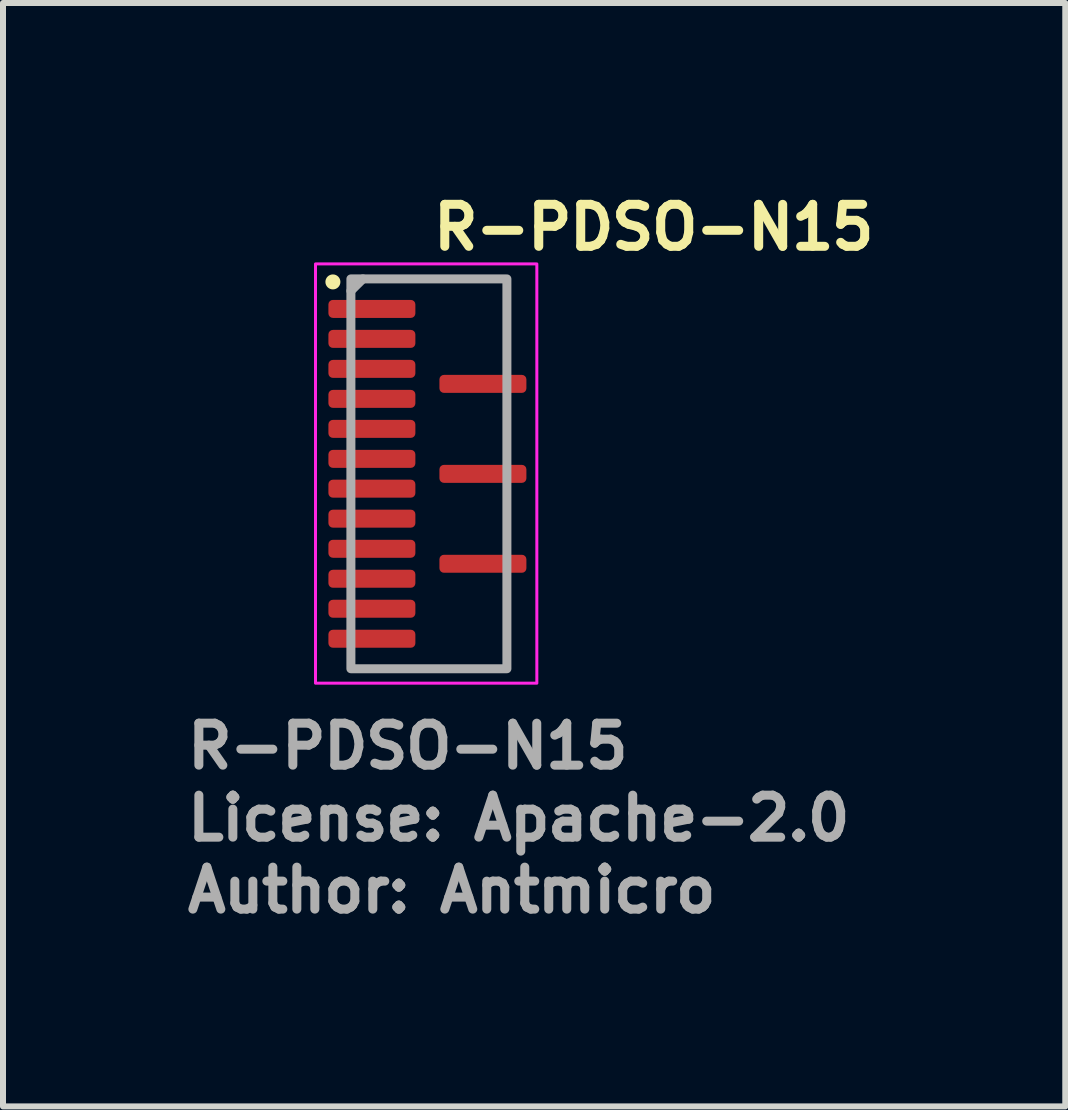
<source format=kicad_pcb>
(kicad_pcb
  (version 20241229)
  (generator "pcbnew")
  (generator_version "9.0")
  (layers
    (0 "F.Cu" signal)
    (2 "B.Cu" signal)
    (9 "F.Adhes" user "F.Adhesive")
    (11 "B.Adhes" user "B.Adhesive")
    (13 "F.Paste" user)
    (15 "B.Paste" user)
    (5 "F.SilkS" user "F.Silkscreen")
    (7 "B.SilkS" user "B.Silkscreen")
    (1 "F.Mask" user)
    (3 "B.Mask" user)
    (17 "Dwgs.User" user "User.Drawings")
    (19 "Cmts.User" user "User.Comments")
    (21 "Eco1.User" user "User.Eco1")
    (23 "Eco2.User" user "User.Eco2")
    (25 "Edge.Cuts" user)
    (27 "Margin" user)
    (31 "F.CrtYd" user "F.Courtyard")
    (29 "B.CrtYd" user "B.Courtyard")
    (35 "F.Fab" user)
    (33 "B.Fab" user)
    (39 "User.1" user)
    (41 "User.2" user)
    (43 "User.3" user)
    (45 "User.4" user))
  (footprint "R-PDSO-N15"
    (layer "F.Cu")
    (at 4.1 4.85)
    (property "Reference" "R-PDSO-N15" (at 0 -3.7 0) (layer "F.SilkS") (effects (font (size 0.7 0.7) (thickness 0.15)) (justify left bottom)))
    (attr smd)
    (fp_circle (center -1.6 -3.2) (end -1.6 -3.15) (stroke (width 0.15) (type solid)) (fill yes) (layer "F.SilkS"))
    (fp_rect (start 1.8 -3.5) (end -1.89 3.49) (stroke (width 0.05) (type solid)) (fill no) (layer "F.CrtYd"))
    (fp_line (start -1.3 -3.051) (end -1.1 -3.25) (stroke (width 0.15) (type solid)) (layer "F.Fab"))
    (fp_rect (start 1.301 -3.25) (end -1.3 3.249) (stroke (width 0.15) (type solid)) (fill no) (layer "F.Fab"))
    (fp_rect (start 1.301 -3.25) (end -1.3 3.249) (stroke (width 0.1) (type solid)) (fill no) (layer "User.5"))
    (fp_rect (start 1.301 -3.25) (end -1.3 3.249) (stroke (width 0.1) (type solid)) (fill no) (layer "User.5"))
    (fp_line (start -1.3 -2.9) (end -1.28 -2.9) (stroke (width 0.02) (type solid)) (layer "User.9"))
    (fp_line (start -1.3 -2.601) (end -1.3 -2.9) (stroke (width 0.02) (type solid)) (layer "User.9"))
    (fp_line (start -1.3 -2.4) (end -1.3 -2.101) (stroke (width 0.02) (type solid)) (layer "User.9"))
    (fp_line (start -1.3 -2.101) (end -1.28 -2.101) (stroke (width 0.02) (type solid)) (layer "User.9"))
    (fp_line (start -1.3 -1.901) (end -1.3 -1.601) (stroke (width 0.02) (type solid)) (layer "User.9"))
    (fp_line (start -1.3 -1.601) (end -1.28 -1.601) (stroke (width 0.02) (type solid)) (layer "User.9"))
    (fp_line (start -1.3 -1.401) (end -1.3 -1.101) (stroke (width 0.02) (type solid)) (layer "User.9"))
    (fp_line (start -1.3 -1.101) (end -1.28 -1.101) (stroke (width 0.02) (type solid)) (layer "User.9"))
    (fp_line (start -1.3 -0.903) (end -1.3 -0.601) (stroke (width 0.02) (type solid)) (layer "User.9"))
    (fp_line (start -1.3 -0.601) (end -1.28 -0.601) (stroke (width 0.02) (type solid)) (layer "User.9"))
    (fp_line (start -1.3 -0.403) (end -1.3 -0.103) (stroke (width 0.02) (type solid)) (layer "User.9"))
    (fp_line (start -1.3 -0.103) (end -1.28 -0.103) (stroke (width 0.02) (type solid)) (layer "User.9"))
    (fp_line (start -1.3 0.099) (end -1.3 0.399) (stroke (width 0.02) (type solid)) (layer "User.9"))
    (fp_line (start -1.3 0.399) (end -1.28 0.399) (stroke (width 0.02) (type solid)) (layer "User.9"))
    (fp_line (start -1.3 0.598) (end -1.3 0.9) (stroke (width 0.02) (type solid)) (layer "User.9"))
    (fp_line (start -1.3 0.9) (end -1.28 0.9) (stroke (width 0.02) (type solid)) (layer "User.9"))
    (fp_line (start -1.3 1.1) (end -1.3 1.398) (stroke (width 0.02) (type solid)) (layer "User.9"))
    (fp_line (start -1.3 1.398) (end -1.28 1.398) (stroke (width 0.02) (type solid)) (layer "User.9"))
    (fp_line (start -1.3 1.6) (end -1.3 1.898) (stroke (width 0.02) (type solid)) (layer "User.9"))
    (fp_line (start -1.3 1.898) (end -1.28 1.898) (stroke (width 0.02) (type solid)) (layer "User.9"))
    (fp_line (start -1.3 2.1) (end -1.3 2.398) (stroke (width 0.02) (type solid)) (layer "User.9"))
    (fp_line (start -1.3 2.398) (end -1.28 2.398) (stroke (width 0.02) (type solid)) (layer "User.9"))
    (fp_line (start -1.3 2.6) (end -1.3 2.898) (stroke (width 0.02) (type solid)) (layer "User.9"))
    (fp_line (start -1.3 2.898) (end -1.28 2.898) (stroke (width 0.02) (type solid)) (layer "User.9"))
    (fp_line (start -1.28 -3.25) (end 1.281 -3.25) (stroke (width 0.02) (type solid)) (layer "User.9"))
    (fp_line (start -1.28 -2.601) (end -1.3 -2.601) (stroke (width 0.02) (type solid)) (layer "User.9"))
    (fp_line (start -1.28 -2.4) (end -1.3 -2.4) (stroke (width 0.02) (type solid)) (layer "User.9"))
    (fp_line (start -1.28 -1.901) (end -1.3 -1.901) (stroke (width 0.02) (type solid)) (layer "User.9"))
    (fp_line (start -1.28 -1.401) (end -1.3 -1.401) (stroke (width 0.02) (type solid)) (layer "User.9"))
    (fp_line (start -1.28 -0.903) (end -1.3 -0.903) (stroke (width 0.02) (type solid)) (layer "User.9"))
    (fp_line (start -1.28 -0.403) (end -1.3 -0.403) (stroke (width 0.02) (type solid)) (layer "User.9"))
    (fp_line (start -1.28 0.099) (end -1.3 0.099) (stroke (width 0.02) (type solid)) (layer "User.9"))
    (fp_line (start -1.28 0.598) (end -1.3 0.598) (stroke (width 0.02) (type solid)) (layer "User.9"))
    (fp_line (start -1.28 1.1) (end -1.3 1.1) (stroke (width 0.02) (type solid)) (layer "User.9"))
    (fp_line (start -1.28 1.6) (end -1.3 1.6) (stroke (width 0.02) (type solid)) (layer "User.9"))
    (fp_line (start -1.28 2.1) (end -1.3 2.1) (stroke (width 0.02) (type solid)) (layer "User.9"))
    (fp_line (start -1.28 2.6) (end -1.3 2.6) (stroke (width 0.02) (type solid)) (layer "User.9"))
    (fp_line (start -1.28 3.249) (end -1.28 -3.25) (stroke (width 0.02) (type solid)) (layer "User.9"))
    (fp_line (start -0.998 -2.75) (end -0.997 -2.763) (stroke (width 0.02) (type solid)) (layer "User.9"))
    (fp_line (start -0.997 -2.763) (end -0.996 -2.778) (stroke (width 0.02) (type solid)) (layer "User.9"))
    (fp_line (start -0.997 -2.738) (end -0.998 -2.75) (stroke (width 0.02) (type solid)) (layer "User.9"))
    (fp_line (start -0.996 -2.778) (end -0.994 -2.79) (stroke (width 0.02) (type solid)) (layer "User.9"))
    (fp_line (start -0.996 -2.726) (end -0.997 -2.738) (stroke (width 0.02) (type solid)) (layer "User.9"))
    (fp_line (start -0.994 -2.79) (end -0.991 -2.802) (stroke (width 0.02) (type solid)) (layer "User.9"))
    (fp_line (start -0.994 -2.714) (end -0.996 -2.726) (stroke (width 0.02) (type solid)) (layer "User.9"))
    (fp_line (start -0.991 -2.802) (end -0.987 -2.814) (stroke (width 0.02) (type solid)) (layer "User.9"))
    (fp_line (start -0.991 -2.699) (end -0.994 -2.714) (stroke (width 0.02) (type solid)) (layer "User.9"))
    (fp_line (start -0.987 -2.814) (end -0.982 -2.827) (stroke (width 0.02) (type solid)) (layer "User.9"))
    (fp_line (start -0.987 -2.689) (end -0.991 -2.699) (stroke (width 0.02) (type solid)) (layer "User.9"))
    (fp_line (start -0.982 -2.827) (end -0.977 -2.839) (stroke (width 0.02) (type solid)) (layer "User.9"))
    (fp_line (start -0.982 -2.674) (end -0.987 -2.689) (stroke (width 0.02) (type solid)) (layer "User.9"))
    (fp_line (start -0.977 -2.839) (end -0.971 -2.851) (stroke (width 0.02) (type solid)) (layer "User.9"))
    (fp_line (start -0.977 -2.662) (end -0.982 -2.674) (stroke (width 0.02) (type solid)) (layer "User.9"))
    (fp_line (start -0.971 -2.851) (end -0.971 -2.851) (stroke (width 0.02) (type solid)) (layer "User.9"))
    (fp_line (start -0.971 -2.851) (end -0.967 -2.856) (stroke (width 0.02) (type solid)) (layer "User.9"))
    (fp_line (start -0.971 -2.65) (end -0.977 -2.662) (stroke (width 0.02) (type solid)) (layer "User.9"))
    (fp_line (start -0.971 -2.65) (end -0.971 -2.65) (stroke (width 0.02) (type solid)) (layer "User.9"))
    (fp_line (start -0.967 -2.856) (end -0.964 -2.863) (stroke (width 0.02) (type solid)) (layer "User.9"))
    (fp_line (start -0.964 -2.863) (end -0.96 -2.867) (stroke (width 0.02) (type solid)) (layer "User.9"))
    (fp_line (start -0.964 -2.641) (end -0.971 -2.65) (stroke (width 0.02) (type solid)) (layer "User.9"))
    (fp_line (start -0.96 -2.867) (end -0.958 -2.875) (stroke (width 0.02) (type solid)) (layer "User.9"))
    (fp_line (start -0.958 -2.875) (end -0.954 -2.879) (stroke (width 0.02) (type solid)) (layer "User.9"))
    (fp_line (start -0.958 -2.629) (end -0.964 -2.641) (stroke (width 0.02) (type solid)) (layer "User.9"))
    (fp_line (start -0.954 -2.879) (end -0.95 -2.883) (stroke (width 0.02) (type solid)) (layer "User.9"))
    (fp_line (start -0.95 -2.883) (end -0.945 -2.888) (stroke (width 0.02) (type solid)) (layer "User.9"))
    (fp_line (start -0.95 -2.618) (end -0.958 -2.629) (stroke (width 0.02) (type solid)) (layer "User.9"))
    (fp_line (start -0.945 -2.888) (end -0.941 -2.892) (stroke (width 0.02) (type solid)) (layer "User.9"))
    (fp_line (start -0.941 -2.892) (end -0.936 -2.899) (stroke (width 0.02) (type solid)) (layer "User.9"))
    (fp_line (start -0.941 -2.609) (end -0.95 -2.618) (stroke (width 0.02) (type solid)) (layer "User.9"))
    (fp_line (start -0.936 -2.899) (end -0.931 -2.903) (stroke (width 0.02) (type solid)) (layer "User.9"))
    (fp_line (start -0.931 -2.903) (end -0.926 -2.907) (stroke (width 0.02) (type solid)) (layer "User.9"))
    (fp_line (start -0.931 -2.601) (end -0.941 -2.609) (stroke (width 0.02) (type solid)) (layer "User.9"))
    (fp_line (start -0.926 -2.907) (end -0.921 -2.911) (stroke (width 0.02) (type solid)) (layer "User.9"))
    (fp_line (start -0.921 -2.911) (end -0.916 -2.915) (stroke (width 0.02) (type solid)) (layer "User.9"))
    (fp_line (start -0.921 -2.593) (end -0.931 -2.601) (stroke (width 0.02) (type solid)) (layer "User.9"))
    (fp_line (start -0.916 -2.915) (end -0.91 -2.919) (stroke (width 0.02) (type solid)) (layer "User.9"))
    (fp_line (start -0.91 -2.919) (end -0.905 -2.92) (stroke (width 0.02) (type solid)) (layer "User.9"))
    (fp_line (start -0.91 -2.585) (end -0.921 -2.593) (stroke (width 0.02) (type solid)) (layer "User.9"))
    (fp_line (start -0.905 -2.92) (end -0.9 -2.924) (stroke (width 0.02) (type solid)) (layer "User.9"))
    (fp_line (start -0.9 -2.924) (end -0.892 -2.927) (stroke (width 0.02) (type solid)) (layer "User.9"))
    (fp_line (start -0.9 -2.577) (end -0.91 -2.585) (stroke (width 0.02) (type solid)) (layer "User.9"))
    (fp_line (start -0.892 -2.927) (end -0.886 -2.931) (stroke (width 0.02) (type solid)) (layer "User.9"))
    (fp_line (start -0.886 -2.931) (end -0.88 -2.935) (stroke (width 0.02) (type solid)) (layer "User.9"))
    (fp_line (start -0.886 -2.573) (end -0.9 -2.577) (stroke (width 0.02) (type solid)) (layer "User.9"))
    (fp_line (start -0.88 -2.935) (end -0.874 -2.935) (stroke (width 0.02) (type solid)) (layer "User.9"))
    (fp_line (start -0.874 -2.935) (end -0.868 -2.939) (stroke (width 0.02) (type solid)) (layer "User.9"))
    (fp_line (start -0.874 -2.566) (end -0.886 -2.573) (stroke (width 0.02) (type solid)) (layer "User.9"))
    (fp_line (start -0.868 -2.939) (end -0.862 -2.94) (stroke (width 0.02) (type solid)) (layer "User.9"))
    (fp_line (start -0.862 -2.94) (end -0.856 -2.943) (stroke (width 0.02) (type solid)) (layer "User.9"))
    (fp_line (start -0.862 -2.561) (end -0.874 -2.566) (stroke (width 0.02) (type solid)) (layer "User.9"))
    (fp_line (start -0.856 -2.943) (end -0.85 -2.944) (stroke (width 0.02) (type solid)) (layer "User.9"))
    (fp_line (start -0.85 -2.944) (end -0.843 -2.945) (stroke (width 0.02) (type solid)) (layer "User.9"))
    (fp_line (start -0.85 -2.557) (end -0.862 -2.561) (stroke (width 0.02) (type solid)) (layer "User.9"))
    (fp_line (start -0.843 -2.945) (end -0.837 -2.948) (stroke (width 0.02) (type solid)) (layer "User.9"))
    (fp_line (start -0.837 -2.948) (end -0.832 -2.948) (stroke (width 0.02) (type solid)) (layer "User.9"))
    (fp_line (start -0.837 -2.556) (end -0.85 -2.557) (stroke (width 0.02) (type solid)) (layer "User.9"))
    (fp_line (start -0.832 -2.948) (end -0.826 -2.949) (stroke (width 0.02) (type solid)) (layer "User.9"))
    (fp_line (start -0.826 -2.949) (end -0.819 -2.952) (stroke (width 0.02) (type solid)) (layer "User.9"))
    (fp_line (start -0.826 -2.552) (end -0.837 -2.556) (stroke (width 0.02) (type solid)) (layer "User.9"))
    (fp_line (start -0.819 -2.952) (end -0.813 -2.952) (stroke (width 0.02) (type solid)) (layer "User.9"))
    (fp_line (start -0.813 -2.952) (end -0.806 -2.952) (stroke (width 0.02) (type solid)) (layer "User.9"))
    (fp_line (start -0.813 -2.552) (end -0.826 -2.552) (stroke (width 0.02) (type solid)) (layer "User.9"))
    (fp_line (start -0.806 -2.952) (end -0.8 -2.952) (stroke (width 0.02) (type solid)) (layer "User.9"))
    (fp_line (start -0.8 -2.952) (end -0.786 -2.952) (stroke (width 0.02) (type solid)) (layer "User.9"))
    (fp_line (start -0.8 -2.552) (end -0.813 -2.552) (stroke (width 0.02) (type solid)) (layer "User.9"))
    (fp_line (start -0.793 -2.552) (end -0.8 -2.552) (stroke (width 0.02) (type solid)) (layer "User.9"))
    (fp_line (start -0.786 -2.952) (end -0.773 -2.949) (stroke (width 0.02) (type solid)) (layer "User.9"))
    (fp_line (start -0.786 -2.552) (end -0.793 -2.552) (stroke (width 0.02) (type solid)) (layer "User.9"))
    (fp_line (start -0.78 -2.552) (end -0.786 -2.552) (stroke (width 0.02) (type solid)) (layer "User.9"))
    (fp_line (start -0.773 -2.949) (end -0.758 -2.948) (stroke (width 0.02) (type solid)) (layer "User.9"))
    (fp_line (start -0.773 -2.552) (end -0.78 -2.552) (stroke (width 0.02) (type solid)) (layer "User.9"))
    (fp_line (start -0.764 -2.553) (end -0.773 -2.552) (stroke (width 0.02) (type solid)) (layer "User.9"))
    (fp_line (start -0.758 -2.948) (end -0.745 -2.944) (stroke (width 0.02) (type solid)) (layer "User.9"))
    (fp_line (start -0.758 -2.556) (end -0.764 -2.553) (stroke (width 0.02) (type solid)) (layer "User.9"))
    (fp_line (start -0.752 -2.556) (end -0.758 -2.556) (stroke (width 0.02) (type solid)) (layer "User.9"))
    (fp_line (start -0.745 -2.944) (end -0.733 -2.94) (stroke (width 0.02) (type solid)) (layer "User.9"))
    (fp_line (start -0.745 -2.557) (end -0.752 -2.556) (stroke (width 0.02) (type solid)) (layer "User.9"))
    (fp_line (start -0.739 -2.56) (end -0.745 -2.557) (stroke (width 0.02) (type solid)) (layer "User.9"))
    (fp_line (start -0.733 -2.94) (end -0.721 -2.935) (stroke (width 0.02) (type solid)) (layer "User.9"))
    (fp_line (start -0.733 -2.561) (end -0.739 -2.56) (stroke (width 0.02) (type solid)) (layer "User.9"))
    (fp_line (start -0.727 -2.565) (end -0.733 -2.561) (stroke (width 0.02) (type solid)) (layer "User.9"))
    (fp_line (start -0.721 -2.935) (end -0.709 -2.931) (stroke (width 0.02) (type solid)) (layer "User.9"))
    (fp_line (start -0.721 -2.566) (end -0.727 -2.565) (stroke (width 0.02) (type solid)) (layer "User.9"))
    (fp_line (start -0.715 -2.569) (end -0.721 -2.566) (stroke (width 0.02) (type solid)) (layer "User.9"))
    (fp_line (start -0.709 -2.931) (end -0.7 -2.924) (stroke (width 0.02) (type solid)) (layer "User.9"))
    (fp_line (start -0.709 -2.573) (end -0.715 -2.569) (stroke (width 0.02) (type solid)) (layer "User.9"))
    (fp_line (start -0.703 -2.574) (end -0.709 -2.573) (stroke (width 0.02) (type solid)) (layer "User.9"))
    (fp_line (start -0.7 -2.924) (end -0.689 -2.919) (stroke (width 0.02) (type solid)) (layer "User.9"))
    (fp_line (start -0.7 -2.577) (end -0.703 -2.574) (stroke (width 0.02) (type solid)) (layer "User.9"))
    (fp_line (start -0.694 -2.581) (end -0.7 -2.577) (stroke (width 0.02) (type solid)) (layer "User.9"))
    (fp_line (start -0.689 -2.919) (end -0.678 -2.911) (stroke (width 0.02) (type solid)) (layer "User.9"))
    (fp_line (start -0.689 -2.585) (end -0.694 -2.581) (stroke (width 0.02) (type solid)) (layer "User.9"))
    (fp_line (start -0.683 -2.589) (end -0.689 -2.585) (stroke (width 0.02) (type solid)) (layer "User.9"))
    (fp_line (start -0.678 -2.911) (end -0.668 -2.903) (stroke (width 0.02) (type solid)) (layer "User.9"))
    (fp_line (start -0.678 -2.593) (end -0.683 -2.589) (stroke (width 0.02) (type solid)) (layer "User.9"))
    (fp_line (start -0.673 -2.597) (end -0.678 -2.593) (stroke (width 0.02) (type solid)) (layer "User.9"))
    (fp_line (start -0.668 -2.903) (end -0.658 -2.892) (stroke (width 0.02) (type solid)) (layer "User.9"))
    (fp_line (start -0.668 -2.601) (end -0.673 -2.597) (stroke (width 0.02) (type solid)) (layer "User.9"))
    (fp_line (start -0.663 -2.605) (end -0.668 -2.601) (stroke (width 0.02) (type solid)) (layer "User.9"))
    (fp_line (start -0.658 -2.892) (end -0.649 -2.883) (stroke (width 0.02) (type solid)) (layer "User.9"))
    (fp_line (start -0.658 -2.609) (end -0.663 -2.605) (stroke (width 0.02) (type solid)) (layer "User.9"))
    (fp_line (start -0.654 -2.613) (end -0.658 -2.609) (stroke (width 0.02) (type solid)) (layer "User.9"))
    (fp_line (start -0.649 -2.883) (end -0.641 -2.875) (stroke (width 0.02) (type solid)) (layer "User.9"))
    (fp_line (start -0.649 -2.618) (end -0.654 -2.613) (stroke (width 0.02) (type solid)) (layer "User.9"))
    (fp_line (start -0.645 -2.625) (end -0.649 -2.618) (stroke (width 0.02) (type solid)) (layer "User.9"))
    (fp_line (start -0.641 -2.875) (end -0.631 -2.863) (stroke (width 0.02) (type solid)) (layer "User.9"))
    (fp_line (start -0.641 -2.629) (end -0.645 -2.625) (stroke (width 0.02) (type solid)) (layer "User.9"))
    (fp_line (start -0.635 -2.634) (end -0.641 -2.629) (stroke (width 0.02) (type solid)) (layer "User.9"))
    (fp_line (start -0.631 -2.863) (end -0.624 -2.851) (stroke (width 0.02) (type solid)) (layer "User.9"))
    (fp_line (start -0.631 -2.641) (end -0.635 -2.634) (stroke (width 0.02) (type solid)) (layer "User.9"))
    (fp_line (start -0.628 -2.645) (end -0.631 -2.641) (stroke (width 0.02) (type solid)) (layer "User.9"))
    (fp_line (start -0.624 -2.851) (end -0.624 -2.851) (stroke (width 0.02) (type solid)) (layer "User.9"))
    (fp_line (start -0.624 -2.851) (end -0.618 -2.839) (stroke (width 0.02) (type solid)) (layer "User.9"))
    (fp_line (start -0.624 -2.65) (end -0.628 -2.645) (stroke (width 0.02) (type solid)) (layer "User.9"))
    (fp_line (start -0.624 -2.65) (end -0.624 -2.65) (stroke (width 0.02) (type solid)) (layer "User.9"))
    (fp_line (start -0.618 -2.839) (end -0.613 -2.827) (stroke (width 0.02) (type solid)) (layer "User.9"))
    (fp_line (start -0.618 -2.662) (end -0.624 -2.65) (stroke (width 0.02) (type solid)) (layer "User.9"))
    (fp_line (start -0.613 -2.827) (end -0.608 -2.814) (stroke (width 0.02) (type solid)) (layer "User.9"))
    (fp_line (start -0.613 -2.674) (end -0.618 -2.662) (stroke (width 0.02) (type solid)) (layer "User.9"))
    (fp_line (start -0.608 -2.814) (end -0.604 -2.802) (stroke (width 0.02) (type solid)) (layer "User.9"))
    (fp_line (start -0.608 -2.689) (end -0.613 -2.674) (stroke (width 0.02) (type solid)) (layer "User.9"))
    (fp_line (start -0.604 -2.802) (end -0.601 -2.79) (stroke (width 0.02) (type solid)) (layer "User.9"))
    (fp_line (start -0.604 -2.699) (end -0.608 -2.689) (stroke (width 0.02) (type solid)) (layer "User.9"))
    (fp_line (start -0.601 -2.79) (end -0.599 -2.778) (stroke (width 0.02) (type solid)) (layer "User.9"))
    (fp_line (start -0.601 -2.714) (end -0.604 -2.699) (stroke (width 0.02) (type solid)) (layer "User.9"))
    (fp_line (start -0.599 -2.778) (end -0.598 -2.763) (stroke (width 0.02) (type solid)) (layer "User.9"))
    (fp_line (start -0.599 -2.726) (end -0.601 -2.714) (stroke (width 0.02) (type solid)) (layer "User.9"))
    (fp_line (start -0.598 -2.763) (end -0.598 -2.75) (stroke (width 0.02) (type solid)) (layer "User.9"))
    (fp_line (start -0.598 -2.75) (end -0.598 -2.738) (stroke (width 0.02) (type solid)) (layer "User.9"))
    (fp_line (start -0.598 -2.738) (end -0.599 -2.726) (stroke (width 0.02) (type solid)) (layer "User.9"))
    (fp_line (start 1.281 -3.25) (end 1.281 3.249) (stroke (width 0.02) (type solid)) (layer "User.9"))
    (fp_line (start 1.281 -1.351) (end 1.301 -1.351) (stroke (width 0.02) (type solid)) (layer "User.9"))
    (fp_line (start 1.281 0.148) (end 1.301 0.148) (stroke (width 0.02) (type solid)) (layer "User.9"))
    (fp_line (start 1.281 1.648) (end 1.301 1.648) (stroke (width 0.02) (type solid)) (layer "User.9"))
    (fp_line (start 1.281 3.249) (end -1.28 3.249) (stroke (width 0.02) (type solid)) (layer "User.9"))
    (fp_line (start 1.301 -1.651) (end 1.281 -1.651) (stroke (width 0.02) (type solid)) (layer "User.9"))
    (fp_line (start 1.301 -1.351) (end 1.301 -1.651) (stroke (width 0.02) (type solid)) (layer "User.9"))
    (fp_line (start 1.301 -0.15) (end 1.281 -0.15) (stroke (width 0.02) (type solid)) (layer "User.9"))
    (fp_line (start 1.301 0.148) (end 1.301 -0.15) (stroke (width 0.02) (type solid)) (layer "User.9"))
    (fp_line (start 1.301 1.35) (end 1.281 1.35) (stroke (width 0.02) (type solid)) (layer "User.9"))
    (fp_line (start 1.301 1.648) (end 1.301 1.35) (stroke (width 0.02) (type solid)) (layer "User.9"))
    (fp_text user "Author: Antmicro" (at -4.1 7.35 0) (layer "F.Fab") (effects (font (size 0.7 0.7) (thickness 0.15)) (justify left bottom)))
    (fp_text user "${REFERENCE}" (at -4.1 4.95 0) (layer "F.Fab") (effects (font (size 0.7 0.7) (thickness 0.15)) (justify left bottom)))
    (fp_text user "License: Apache-2.0" (at -4.1 6.15 0) (layer "F.Fab") (effects (font (size 0.7 0.7) (thickness 0.15)) (justify left bottom)))
    (pad "1" smd roundrect (at -0.95 -2.75 270) (size 0.3 1.45) (layers "F.Cu" "F.Mask" "F.Paste") (roundrect_rratio 0.25))
    (pad "2" smd roundrect (at -0.95 -2.25 270) (size 0.3 1.45) (layers "F.Cu" "F.Mask" "F.Paste") (roundrect_rratio 0.25))
    (pad "3" smd roundrect (at -0.95 -1.75 270) (size 0.3 1.45) (layers "F.Cu" "F.Mask" "F.Paste") (roundrect_rratio 0.25))
    (pad "4" smd roundrect (at -0.95 -1.25 270) (size 0.3 1.45) (layers "F.Cu" "F.Mask" "F.Paste") (roundrect_rratio 0.25))
    (pad "5" smd roundrect (at -0.95 -0.75 270) (size 0.3 1.45) (layers "F.Cu" "F.Mask" "F.Paste") (roundrect_rratio 0.25))
    (pad "6" smd roundrect (at -0.95 -0.25 270) (size 0.3 1.45) (layers "F.Cu" "F.Mask" "F.Paste") (roundrect_rratio 0.25))
    (pad "7" smd roundrect (at -0.95 0.247 270) (size 0.3 1.45) (layers "F.Cu" "F.Mask" "F.Paste") (roundrect_rratio 0.25))
    (pad "8" smd roundrect (at -0.95 0.747 270) (size 0.3 1.45) (layers "F.Cu" "F.Mask" "F.Paste") (roundrect_rratio 0.25))
    (pad "9" smd roundrect (at -0.95 1.249 270) (size 0.3 1.45) (layers "F.Cu" "F.Mask" "F.Paste") (roundrect_rratio 0.25))
    (pad "10" smd roundrect (at -0.95 1.749 270) (size 0.3 1.45) (layers "F.Cu" "F.Mask" "F.Paste") (roundrect_rratio 0.25))
    (pad "11" smd roundrect (at -0.95 2.249 270) (size 0.3 1.45) (layers "F.Cu" "F.Mask" "F.Paste") (roundrect_rratio 0.25))
    (pad "12" smd roundrect (at -0.95 2.749 270) (size 0.3 1.45) (layers "F.Cu" "F.Mask" "F.Paste") (roundrect_rratio 0.25))
    (pad "13" smd roundrect (at 0.901 1.499 270) (size 0.3 1.45) (layers "F.Cu" "F.Mask" "F.Paste") (roundrect_rratio 0.25))
    (pad "14" smd roundrect (at 0.901 0 270) (size 0.3 1.45) (layers "F.Cu" "F.Mask" "F.Paste") (roundrect_rratio 0.25))
    (pad "15" smd roundrect (at 0.901 -1.5 270) (size 0.3 1.45) (layers "F.Cu" "F.Mask" "F.Paste") (roundrect_rratio 0.25)))
  (gr_rect
    (start -3 -3)
    (end 14.71 15.396)
    (stroke (width 0.1) (type default))
    (fill no)
    (layer "Edge.Cuts")))
</source>
